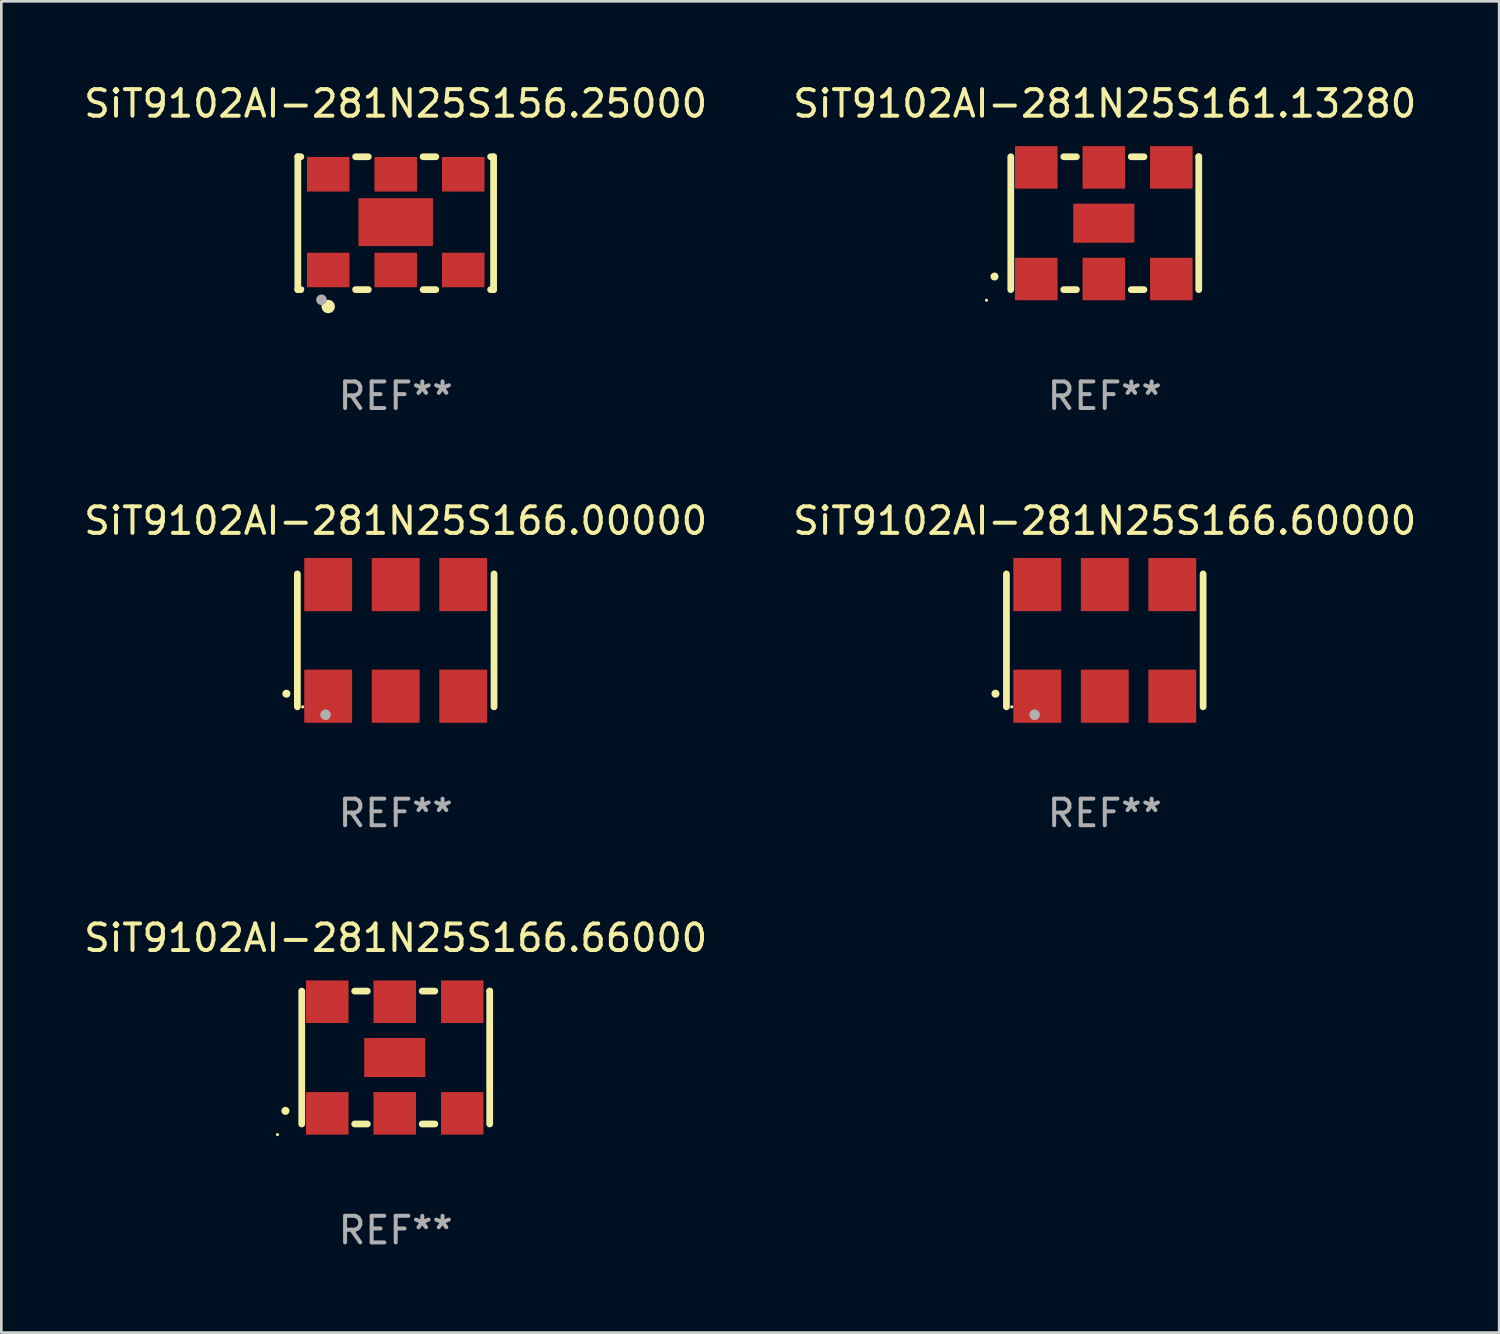
<source format=kicad_pcb>
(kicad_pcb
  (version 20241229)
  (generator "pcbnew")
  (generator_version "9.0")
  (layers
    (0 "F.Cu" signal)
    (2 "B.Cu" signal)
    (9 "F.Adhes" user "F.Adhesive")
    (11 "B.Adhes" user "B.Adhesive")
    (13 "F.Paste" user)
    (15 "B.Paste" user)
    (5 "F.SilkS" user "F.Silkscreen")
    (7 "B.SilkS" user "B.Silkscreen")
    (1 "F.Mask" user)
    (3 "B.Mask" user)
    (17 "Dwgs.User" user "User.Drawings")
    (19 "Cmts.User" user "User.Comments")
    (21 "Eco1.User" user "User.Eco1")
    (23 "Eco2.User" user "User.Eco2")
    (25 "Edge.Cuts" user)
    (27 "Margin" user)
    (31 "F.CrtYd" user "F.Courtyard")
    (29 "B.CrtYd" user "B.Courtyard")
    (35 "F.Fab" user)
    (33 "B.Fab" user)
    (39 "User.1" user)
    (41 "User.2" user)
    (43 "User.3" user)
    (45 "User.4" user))
  (footprint "SiT9102AI-281N25S166.60000"
    (layer "F.Cu")
    (at 38.518 21.045)
    (property "Reference" "SiT9102AI-281N25S166.60000" (at 0 -4.5 0) (layer "F.SilkS") (effects (font (size 1 1) (thickness 0.15))))
    (attr through_hole)
    (fp_line (start -3.7 -2.5) (end -3.7 2.5) (stroke (width 0.254) (type solid)) (layer "F.SilkS"))
    (fp_line (start 3.7 -2.5) (end 3.7 2.5) (stroke (width 0.254) (type solid)) (layer "F.SilkS"))
    (fp_arc (start -4.114415 2.006604) (mid -4.113145 2.006599) (end -4.111875 2.006604) (stroke (width 0.3) (type solid)) (layer "F.SilkS"))
    (fp_circle (center -3.5 2.501) (end -3.47 2.501) (stroke (width 0.06) (type solid)) (fill no) (layer "F.SilkS"))
    (fp_circle (center -2.641 2.799) (end -2.541 2.799) (stroke (width 0.2) (type solid)) (fill no) (layer "F.Fab"))
    (fp_text user "REF**" (at 0 6.5 0) (layer "F.Fab") (effects (font (size 1 1) (thickness 0.15))))
    (pad "1" smd rect (at -2.54 2.1) (size 1.8 2) (layers "F.Cu" "F.Mask" "F.Paste"))
    (pad "2" smd rect (at 0.000394 2.1) (size 1.8 2) (layers "F.Cu" "F.Mask" "F.Paste"))
    (pad "3" smd rect (at 2.54 2.1) (size 1.8 2) (layers "F.Cu" "F.Mask" "F.Paste"))
    (pad "4" smd rect (at 2.54 -2.1) (size 1.8 2) (layers "F.Cu" "F.Mask" "F.Paste"))
    (pad "5" smd rect (at 0.000394 -2.1) (size 1.8 2) (layers "F.Cu" "F.Mask" "F.Paste"))
    (pad "6" smd rect (at -2.54 -2.1) (size 1.8 2) (layers "F.Cu" "F.Mask" "F.Paste")))
  (footprint "SiT9102AI-281N25S161.13280"
    (layer "F.Cu")
    (at 38.518 5.348)
    (property "Reference" "SiT9102AI-281N25S161.13280" (at 0 -4.5 0) (layer "F.SilkS") (effects (font (size 1 1) (thickness 0.15))))
    (attr through_hole)
    (fp_line (start -3.536 -2.5) (end -3.536 2.5) (stroke (width 0.254) (type solid)) (layer "F.SilkS"))
    (fp_line (start -1.544 2.5) (end -1.067 2.5) (stroke (width 0.254) (type solid)) (layer "F.SilkS"))
    (fp_line (start -1.067 -2.5) (end -1.544 -2.5) (stroke (width 0.254) (type solid)) (layer "F.SilkS"))
    (fp_line (start 0.996 2.5) (end 1.473 2.5) (stroke (width 0.254) (type solid)) (layer "F.SilkS"))
    (fp_line (start 1.473 -2.5) (end 0.996 -2.5) (stroke (width 0.254) (type solid)) (layer "F.SilkS"))
    (fp_line (start 3.536 -2.5) (end 3.536 -2.5) (stroke (width 0.254) (type solid)) (layer "F.SilkS"))
    (fp_line (start 3.536 2.5) (end 3.536 -2.5) (stroke (width 0.254) (type solid)) (layer "F.SilkS"))
    (fp_arc (start -4.150432 2.006604) (mid -4.149162 2.006599) (end -4.147892 2.006604) (stroke (width 0.3) (type solid)) (layer "F.SilkS"))
    (fp_circle (center -4.449 2.9) (end -4.419 2.9) (stroke (width 0.06) (type solid)) (fill no) (layer "F.SilkS"))
    (fp_text user "REF**" (at 0 6.5 0) (layer "F.Fab") (effects (font (size 1 1) (thickness 0.15))))
    (pad "1" smd rect (at -2.576 2.1) (size 1.6 1.6) (layers "F.Cu" "F.Mask" "F.Paste"))
    (pad "2" smd rect (at -0.036 2.1) (size 1.6 1.6) (layers "F.Cu" "F.Mask" "F.Paste"))
    (pad "3" smd rect (at 2.504 2.1) (size 1.6 1.6) (layers "F.Cu" "F.Mask" "F.Paste"))
    (pad "4" smd rect (at 2.504 -2.1) (size 1.6 1.6) (layers "F.Cu" "F.Mask" "F.Paste"))
    (pad "5" smd rect (at -0.036 -2.1) (size 1.6 1.6) (layers "F.Cu" "F.Mask" "F.Paste"))
    (pad "6" smd rect (at -2.576 -2.1) (size 1.6 1.6) (layers "F.Cu" "F.Mask" "F.Paste"))
    (pad "7" smd rect (at -0.036 0) (size 2.3 1.47) (layers "F.Cu" "F.Mask" "F.Paste")))
  (footprint "SiT9102AI-281N25S166.66000"
    (layer "F.Cu")
    (at 11.839 36.741)
    (property "Reference" "SiT9102AI-281N25S166.66000" (at 0 -4.5 0) (layer "F.SilkS") (effects (font (size 1 1) (thickness 0.15))))
    (attr through_hole)
    (fp_line (start -3.536 -2.5) (end -3.536 2.5) (stroke (width 0.254) (type solid)) (layer "F.SilkS"))
    (fp_line (start -1.544 2.5) (end -1.067 2.5) (stroke (width 0.254) (type solid)) (layer "F.SilkS"))
    (fp_line (start -1.067 -2.5) (end -1.544 -2.5) (stroke (width 0.254) (type solid)) (layer "F.SilkS"))
    (fp_line (start 0.996 2.5) (end 1.473 2.5) (stroke (width 0.254) (type solid)) (layer "F.SilkS"))
    (fp_line (start 1.473 -2.5) (end 0.996 -2.5) (stroke (width 0.254) (type solid)) (layer "F.SilkS"))
    (fp_line (start 3.536 -2.5) (end 3.536 -2.5) (stroke (width 0.254) (type solid)) (layer "F.SilkS"))
    (fp_line (start 3.536 2.5) (end 3.536 -2.5) (stroke (width 0.254) (type solid)) (layer "F.SilkS"))
    (fp_arc (start -4.150432 2.006604) (mid -4.149162 2.006599) (end -4.147892 2.006604) (stroke (width 0.3) (type solid)) (layer "F.SilkS"))
    (fp_circle (center -4.449 2.9) (end -4.419 2.9) (stroke (width 0.06) (type solid)) (fill no) (layer "F.SilkS"))
    (fp_text user "REF**" (at 0 6.5 0) (layer "F.Fab") (effects (font (size 1 1) (thickness 0.15))))
    (pad "1" smd rect (at -2.576 2.1) (size 1.6 1.6) (layers "F.Cu" "F.Mask" "F.Paste"))
    (pad "2" smd rect (at -0.036 2.1) (size 1.6 1.6) (layers "F.Cu" "F.Mask" "F.Paste"))
    (pad "3" smd rect (at 2.504 2.1) (size 1.6 1.6) (layers "F.Cu" "F.Mask" "F.Paste"))
    (pad "4" smd rect (at 2.504 -2.1) (size 1.6 1.6) (layers "F.Cu" "F.Mask" "F.Paste"))
    (pad "5" smd rect (at -0.036 -2.1) (size 1.6 1.6) (layers "F.Cu" "F.Mask" "F.Paste"))
    (pad "6" smd rect (at -2.576 -2.1) (size 1.6 1.6) (layers "F.Cu" "F.Mask" "F.Paste"))
    (pad "7" smd rect (at -0.036 0) (size 2.3 1.47) (layers "F.Cu" "F.Mask" "F.Paste")))
  (footprint "SiT9102AI-281N25S156.25000"
    (layer "F.Cu")
    (at 11.839 5.348)
    (property "Reference" "SiT9102AI-281N25S156.25000" (at 0 -4.5 0) (layer "F.SilkS") (effects (font (size 1 1) (thickness 0.15))))
    (attr through_hole)
    (fp_line (start -3.683 -2.5) (end -3.571 -2.5) (stroke (width 0.254) (type solid)) (layer "F.SilkS"))
    (fp_line (start -3.683 2.5) (end -3.683 -2.5) (stroke (width 0.254) (type solid)) (layer "F.SilkS"))
    (fp_line (start -3.683 2.5) (end -3.571 2.5) (stroke (width 0.254) (type solid)) (layer "F.SilkS"))
    (fp_line (start -1.509 -2.5) (end -1.031 -2.5) (stroke (width 0.254) (type solid)) (layer "F.SilkS"))
    (fp_line (start -1.509 2.5) (end -1.031 2.5) (stroke (width 0.254) (type solid)) (layer "F.SilkS"))
    (fp_line (start 1.031 -2.5) (end 1.509 -2.5) (stroke (width 0.254) (type solid)) (layer "F.SilkS"))
    (fp_line (start 1.031 2.5) (end 1.509 2.5) (stroke (width 0.254) (type solid)) (layer "F.SilkS"))
    (fp_line (start 3.571 -2.5) (end 3.683 -2.5) (stroke (width 0.254) (type solid)) (layer "F.SilkS"))
    (fp_line (start 3.571 2.5) (end 3.683 2.5) (stroke (width 0.254) (type solid)) (layer "F.SilkS"))
    (fp_line (start 3.683 2.5) (end 3.683 -2.5) (stroke (width 0.254) (type solid)) (layer "F.SilkS"))
    (fp_circle (center -3.5 2.46) (end -3.47 2.46) (stroke (width 0.06) (type solid)) (fill no) (layer "F.SilkS"))
    (fp_circle (center -2.54 3.135) (end -2.413 3.135) (stroke (width 0.254) (type solid)) (fill no) (layer "F.SilkS"))
    (fp_circle (center -2.794 2.881) (end -2.694 2.881) (stroke (width 0.2) (type solid)) (fill no) (layer "F.Fab"))
    (fp_text user "REF**" (at 0 6.5 0) (layer "F.Fab") (effects (font (size 1 1) (thickness 0.15))))
    (pad "1" smd rect (at -2.54 1.76) (size 1.6 1.3) (layers "F.Cu" "F.Mask" "F.Paste"))
    (pad "2" smd rect (at 0 1.76) (size 1.6 1.3) (layers "F.Cu" "F.Mask" "F.Paste"))
    (pad "3" smd rect (at 2.54 1.76) (size 1.6 1.3) (layers "F.Cu" "F.Mask" "F.Paste"))
    (pad "4" smd rect (at 2.54 -1.84) (size 1.6 1.3) (layers "F.Cu" "F.Mask" "F.Paste"))
    (pad "5" smd rect (at 0 -1.84) (size 1.6 1.3) (layers "F.Cu" "F.Mask" "F.Paste"))
    (pad "6" smd rect (at -2.54 -1.84) (size 1.6 1.3) (layers "F.Cu" "F.Mask" "F.Paste"))
    (pad "7" smd rect (at 0 -0.04) (size 2.8 1.8) (layers "F.Cu" "F.Mask" "F.Paste")))
  (footprint "SiT9102AI-281N25S166.00000"
    (layer "F.Cu")
    (at 11.839 21.045)
    (property "Reference" "SiT9102AI-281N25S166.00000" (at 0 -4.5 0) (layer "F.SilkS") (effects (font (size 1 1) (thickness 0.15))))
    (attr through_hole)
    (fp_line (start -3.7 -2.5) (end -3.7 2.5) (stroke (width 0.254) (type solid)) (layer "F.SilkS"))
    (fp_line (start 3.7 -2.5) (end 3.7 2.5) (stroke (width 0.254) (type solid)) (layer "F.SilkS"))
    (fp_arc (start -4.114415 2.006604) (mid -4.113145 2.006599) (end -4.111875 2.006604) (stroke (width 0.3) (type solid)) (layer "F.SilkS"))
    (fp_circle (center -3.5 2.501) (end -3.47 2.501) (stroke (width 0.06) (type solid)) (fill no) (layer "F.SilkS"))
    (fp_circle (center -2.641 2.799) (end -2.541 2.799) (stroke (width 0.2) (type solid)) (fill no) (layer "F.Fab"))
    (fp_text user "REF**" (at 0 6.5 0) (layer "F.Fab") (effects (font (size 1 1) (thickness 0.15))))
    (pad "1" smd rect (at -2.54 2.1) (size 1.8 2) (layers "F.Cu" "F.Mask" "F.Paste"))
    (pad "2" smd rect (at 0.000394 2.1) (size 1.8 2) (layers "F.Cu" "F.Mask" "F.Paste"))
    (pad "3" smd rect (at 2.54 2.1) (size 1.8 2) (layers "F.Cu" "F.Mask" "F.Paste"))
    (pad "4" smd rect (at 2.54 -2.1) (size 1.8 2) (layers "F.Cu" "F.Mask" "F.Paste"))
    (pad "5" smd rect (at 0.000394 -2.1) (size 1.8 2) (layers "F.Cu" "F.Mask" "F.Paste"))
    (pad "6" smd rect (at -2.54 -2.1) (size 1.8 2) (layers "F.Cu" "F.Mask" "F.Paste")))
  (gr_rect
    (start -3 -3)
    (end 53.357 47.09)
    (stroke (width 0.1) (type default))
    (fill no)
    (layer "Edge.Cuts")))
</source>
